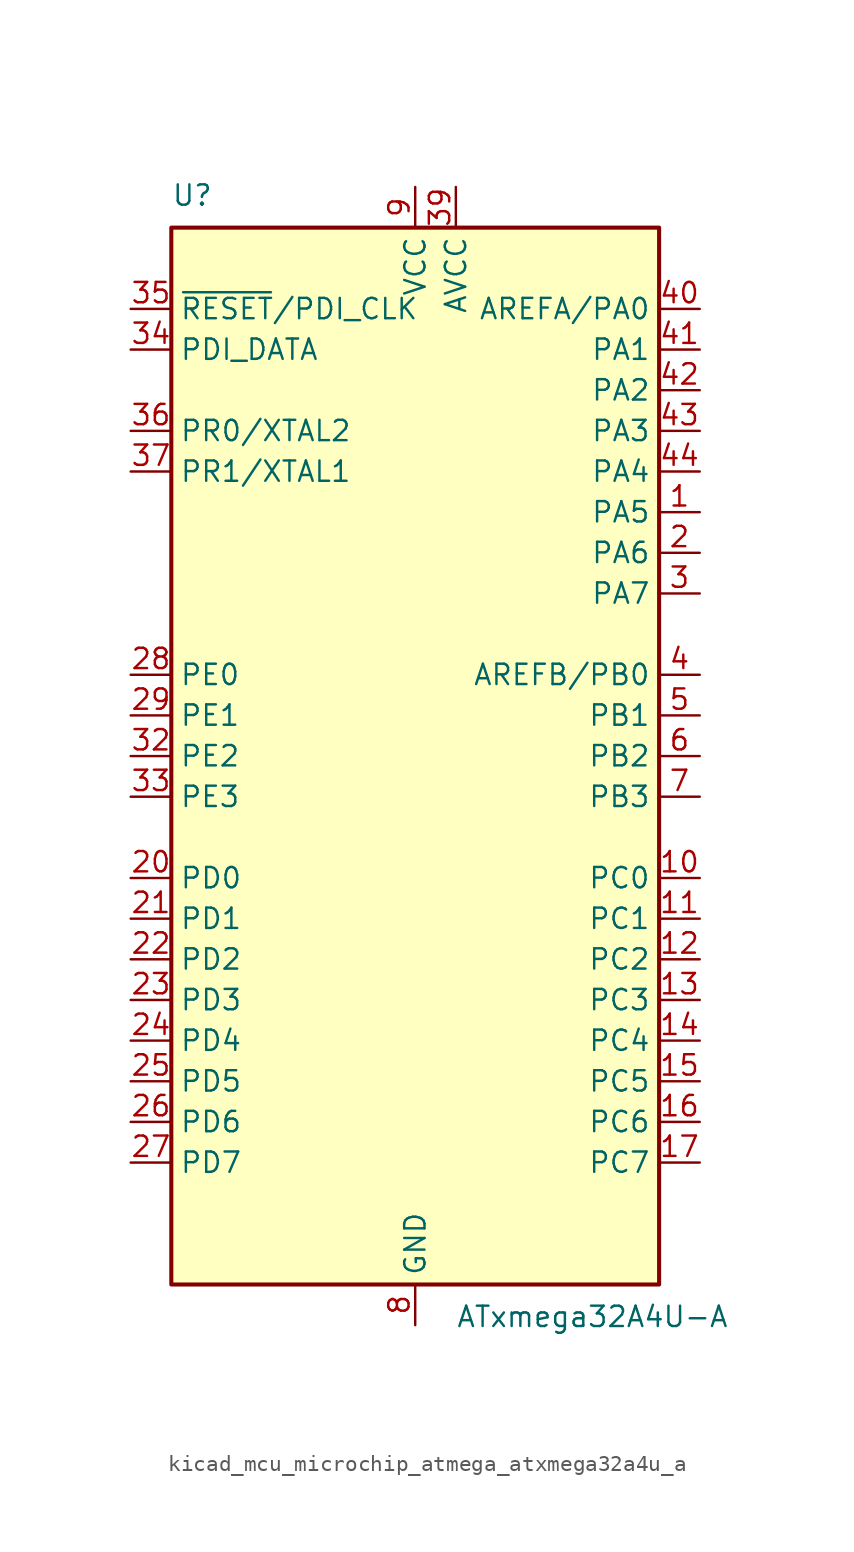
<source format=kicad_sym>
(kicad_symbol_lib
  (version 20220914)
  (generator kicad_symbol_editor)
  (symbol "kicad_mcu_microchip_atmega_atxmega32a4u_a"
    (property "Reference" "U"
      (at -15.24 34.29 0)
      (effects (font (size 1.27 1.27)) (justify left bottom)))
    (property "Value" "ATxmega32A4U-A"
      (at 2.54 -34.29 0)
      (effects (font (size 1.27 1.27)) (justify left top)))
    (symbol "kicad_mcu_microchip_atmega_atxmega32a4u_a_0_1"
      (rectangle (start -15.24 -33.02) (end 15.24 33.02) (stroke (width 0.254) (type default)) (fill (type background))))
    (symbol "kicad_mcu_microchip_atmega_atxmega32a4u_a_1_1"
      (pin bidirectional line (at 17.78 15.24 180) (length 2.54) (name "PA5" (effects (font (size 1.27 1.27)))) (number "1" (effects (font (size 1.27 1.27)))))
      (pin bidirectional line (at 17.78 -7.62 180) (length 2.54) (name "PC0" (effects (font (size 1.27 1.27)))) (number "10" (effects (font (size 1.27 1.27)))))
      (pin bidirectional line (at 17.78 -10.16 180) (length 2.54) (name "PC1" (effects (font (size 1.27 1.27)))) (number "11" (effects (font (size 1.27 1.27)))))
      (pin bidirectional line (at 17.78 -12.7 180) (length 2.54) (name "PC2" (effects (font (size 1.27 1.27)))) (number "12" (effects (font (size 1.27 1.27)))))
      (pin bidirectional line (at 17.78 -15.24 180) (length 2.54) (name "PC3" (effects (font (size 1.27 1.27)))) (number "13" (effects (font (size 1.27 1.27)))))
      (pin bidirectional line (at 17.78 -17.78 180) (length 2.54) (name "PC4" (effects (font (size 1.27 1.27)))) (number "14" (effects (font (size 1.27 1.27)))))
      (pin bidirectional line (at 17.78 -20.32 180) (length 2.54) (name "PC5" (effects (font (size 1.27 1.27)))) (number "15" (effects (font (size 1.27 1.27)))))
      (pin bidirectional line (at 17.78 -22.86 180) (length 2.54) (name "PC6" (effects (font (size 1.27 1.27)))) (number "16" (effects (font (size 1.27 1.27)))))
      (pin bidirectional line (at 17.78 -25.4 180) (length 2.54) (name "PC7" (effects (font (size 1.27 1.27)))) (number "17" (effects (font (size 1.27 1.27)))))
      (pin passive line (at 0 -35.56 90) (length 2.54) hide (name "GND" (effects (font (size 1.27 1.27)))) (number "18" (effects (font (size 1.27 1.27)))))
      (pin passive line (at 0 35.56 270) (length 2.54) hide (name "VCC" (effects (font (size 1.27 1.27)))) (number "19" (effects (font (size 1.27 1.27)))))
      (pin bidirectional line (at 17.78 12.7 180) (length 2.54) (name "PA6" (effects (font (size 1.27 1.27)))) (number "2" (effects (font (size 1.27 1.27)))))
      (pin bidirectional line (at -17.78 -7.62 0) (length 2.54) (name "PD0" (effects (font (size 1.27 1.27)))) (number "20" (effects (font (size 1.27 1.27)))))
      (pin bidirectional line (at -17.78 -10.16 0) (length 2.54) (name "PD1" (effects (font (size 1.27 1.27)))) (number "21" (effects (font (size 1.27 1.27)))))
      (pin bidirectional line (at -17.78 -12.7 0) (length 2.54) (name "PD2" (effects (font (size 1.27 1.27)))) (number "22" (effects (font (size 1.27 1.27)))))
      (pin bidirectional line (at -17.78 -15.24 0) (length 2.54) (name "PD3" (effects (font (size 1.27 1.27)))) (number "23" (effects (font (size 1.27 1.27)))))
      (pin bidirectional line (at -17.78 -17.78 0) (length 2.54) (name "PD4" (effects (font (size 1.27 1.27)))) (number "24" (effects (font (size 1.27 1.27)))))
      (pin bidirectional line (at -17.78 -20.32 0) (length 2.54) (name "PD5" (effects (font (size 1.27 1.27)))) (number "25" (effects (font (size 1.27 1.27)))))
      (pin bidirectional line (at -17.78 -22.86 0) (length 2.54) (name "PD6" (effects (font (size 1.27 1.27)))) (number "26" (effects (font (size 1.27 1.27)))))
      (pin bidirectional line (at -17.78 -25.4 0) (length 2.54) (name "PD7" (effects (font (size 1.27 1.27)))) (number "27" (effects (font (size 1.27 1.27)))))
      (pin bidirectional line (at -17.78 5.08 0) (length 2.54) (name "PE0" (effects (font (size 1.27 1.27)))) (number "28" (effects (font (size 1.27 1.27)))))
      (pin bidirectional line (at -17.78 2.54 0) (length 2.54) (name "PE1" (effects (font (size 1.27 1.27)))) (number "29" (effects (font (size 1.27 1.27)))))
      (pin bidirectional line (at 17.78 10.16 180) (length 2.54) (name "PA7" (effects (font (size 1.27 1.27)))) (number "3" (effects (font (size 1.27 1.27)))))
      (pin passive line (at 0 -35.56 90) (length 2.54) hide (name "GND" (effects (font (size 1.27 1.27)))) (number "30" (effects (font (size 1.27 1.27)))))
      (pin passive line (at 0 35.56 270) (length 2.54) hide (name "VCC" (effects (font (size 1.27 1.27)))) (number "31" (effects (font (size 1.27 1.27)))))
      (pin bidirectional line (at -17.78 0 0) (length 2.54) (name "PE2" (effects (font (size 1.27 1.27)))) (number "32" (effects (font (size 1.27 1.27)))))
      (pin bidirectional line (at -17.78 -2.54 0) (length 2.54) (name "PE3" (effects (font (size 1.27 1.27)))) (number "33" (effects (font (size 1.27 1.27)))))
      (pin bidirectional line (at -17.78 25.4 0) (length 2.54) (name "PDI_DATA" (effects (font (size 1.27 1.27)))) (number "34" (effects (font (size 1.27 1.27)))))
      (pin input line (at -17.78 27.94 0) (length 2.54) (name "~{RESET}/PDI_CLK" (effects (font (size 1.27 1.27)))) (number "35" (effects (font (size 1.27 1.27)))))
      (pin bidirectional line (at -17.78 20.32 0) (length 2.54) (name "PR0/XTAL2" (effects (font (size 1.27 1.27)))) (number "36" (effects (font (size 1.27 1.27)))))
      (pin bidirectional line (at -17.78 17.78 0) (length 2.54) (name "PR1/XTAL1" (effects (font (size 1.27 1.27)))) (number "37" (effects (font (size 1.27 1.27)))))
      (pin passive line (at 0 -35.56 90) (length 2.54) hide (name "GND" (effects (font (size 1.27 1.27)))) (number "38" (effects (font (size 1.27 1.27)))))
      (pin power_in line (at 2.54 35.56 270) (length 2.54) (name "AVCC" (effects (font (size 1.27 1.27)))) (number "39" (effects (font (size 1.27 1.27)))))
      (pin bidirectional line (at 17.78 5.08 180) (length 2.54) (name "AREFB/PB0" (effects (font (size 1.27 1.27)))) (number "4" (effects (font (size 1.27 1.27)))))
      (pin bidirectional line (at 17.78 27.94 180) (length 2.54) (name "AREFA/PA0" (effects (font (size 1.27 1.27)))) (number "40" (effects (font (size 1.27 1.27)))))
      (pin bidirectional line (at 17.78 25.4 180) (length 2.54) (name "PA1" (effects (font (size 1.27 1.27)))) (number "41" (effects (font (size 1.27 1.27)))))
      (pin bidirectional line (at 17.78 22.86 180) (length 2.54) (name "PA2" (effects (font (size 1.27 1.27)))) (number "42" (effects (font (size 1.27 1.27)))))
      (pin bidirectional line (at 17.78 20.32 180) (length 2.54) (name "PA3" (effects (font (size 1.27 1.27)))) (number "43" (effects (font (size 1.27 1.27)))))
      (pin bidirectional line (at 17.78 17.78 180) (length 2.54) (name "PA4" (effects (font (size 1.27 1.27)))) (number "44" (effects (font (size 1.27 1.27)))))
      (pin bidirectional line (at 17.78 2.54 180) (length 2.54) (name "PB1" (effects (font (size 1.27 1.27)))) (number "5" (effects (font (size 1.27 1.27)))))
      (pin bidirectional line (at 17.78 0 180) (length 2.54) (name "PB2" (effects (font (size 1.27 1.27)))) (number "6" (effects (font (size 1.27 1.27)))))
      (pin bidirectional line (at 17.78 -2.54 180) (length 2.54) (name "PB3" (effects (font (size 1.27 1.27)))) (number "7" (effects (font (size 1.27 1.27)))))
      (pin power_in line (at 0 -35.56 90) (length 2.54) (name "GND" (effects (font (size 1.27 1.27)))) (number "8" (effects (font (size 1.27 1.27)))))
      (pin power_in line (at 0 35.56 270) (length 2.54) (name "VCC" (effects (font (size 1.27 1.27)))) (number "9" (effects (font (size 1.27 1.27))))))))
</source>
